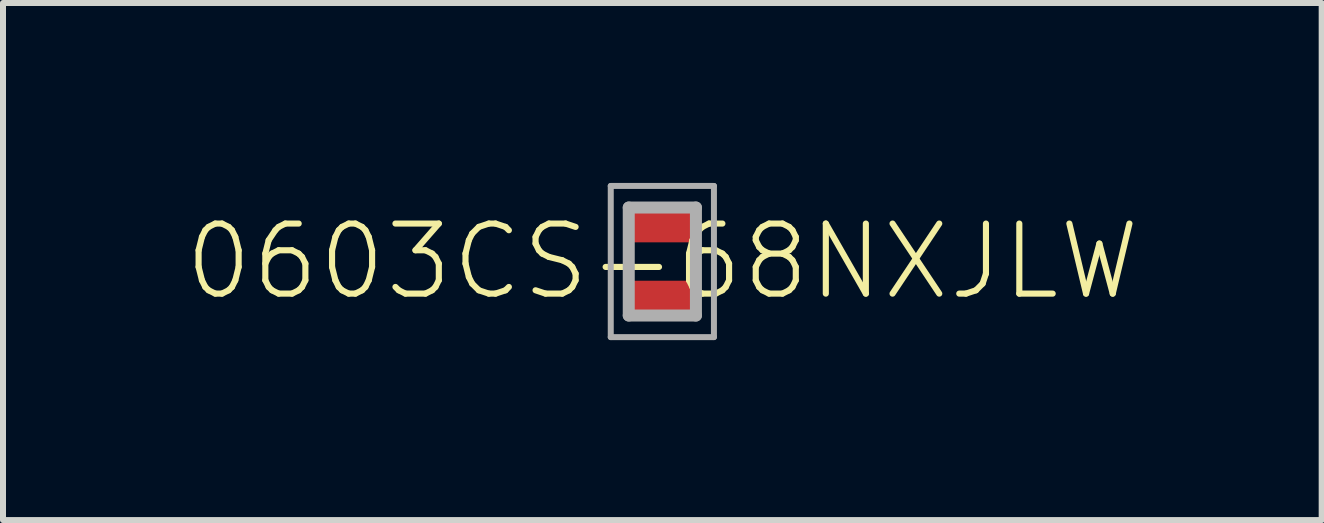
<source format=kicad_pcb>
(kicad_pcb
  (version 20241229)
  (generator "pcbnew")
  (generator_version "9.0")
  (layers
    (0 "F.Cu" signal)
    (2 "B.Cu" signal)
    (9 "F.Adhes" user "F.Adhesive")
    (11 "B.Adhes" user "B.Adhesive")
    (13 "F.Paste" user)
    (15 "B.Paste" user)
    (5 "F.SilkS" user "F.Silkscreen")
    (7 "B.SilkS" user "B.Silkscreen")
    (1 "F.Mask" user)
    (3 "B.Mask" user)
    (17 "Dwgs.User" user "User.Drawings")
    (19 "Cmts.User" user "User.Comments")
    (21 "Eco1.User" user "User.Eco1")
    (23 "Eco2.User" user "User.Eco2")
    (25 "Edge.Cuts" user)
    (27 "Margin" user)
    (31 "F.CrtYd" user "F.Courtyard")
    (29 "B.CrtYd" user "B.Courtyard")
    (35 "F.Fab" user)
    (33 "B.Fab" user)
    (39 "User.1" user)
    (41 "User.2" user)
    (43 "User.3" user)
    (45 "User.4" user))
  (footprint "0603CS-68NXJLW"
    (layer "F.Cu")
    (at 7.992 1.31)
    (property "Reference" "0603CS-68NXJLW" (at 0 0 0) (layer "F.SilkS") (effects (font (size 1.168 1.168) (thickness 0.102))))
    (fp_line (start -0.56 -0.2) (end -0.56 0.2) (stroke (width 0.1) (type solid)) (layer "F.SilkS"))
    (fp_line (start 0.56 -0.2) (end 0.56 0.2) (stroke (width 0.1) (type solid)) (layer "F.SilkS"))
    (fp_line (start -0.86 -1.26) (end 0.86 -1.26) (stroke (width 0.1) (type solid)) (layer "F.Fab"))
    (fp_line (start -0.86 1.26) (end -0.86 -1.26) (stroke (width 0.1) (type solid)) (layer "F.Fab"))
    (fp_line (start -0.56 -0.9) (end 0.56 -0.9) (stroke (width 0.2) (type solid)) (layer "F.Fab"))
    (fp_line (start -0.56 0.9) (end -0.56 -0.9) (stroke (width 0.2) (type solid)) (layer "F.Fab"))
    (fp_line (start 0.56 -0.9) (end 0.56 0.9) (stroke (width 0.2) (type solid)) (layer "F.Fab"))
    (fp_line (start 0.56 0.9) (end -0.56 0.9) (stroke (width 0.2) (type solid)) (layer "F.Fab"))
    (fp_line (start 0.86 -1.26) (end 0.86 1.26) (stroke (width 0.1) (type solid)) (layer "F.Fab"))
    (fp_line (start 0.86 1.26) (end -0.86 1.26) (stroke (width 0.1) (type solid)) (layer "F.Fab"))
    (pad "1" smd rect (at 0 -0.64) (size 1.02 0.64) (layers "F.Cu" "F.Mask" "F.Paste"))
    (pad "2" smd rect (at 0 0.64) (size 1.02 0.64) (layers "F.Cu" "F.Mask" "F.Paste")))
  (gr_rect
    (start -3 -3)
    (end 18.984 5.62)
    (stroke (width 0.1) (type default))
    (fill no)
    (layer "Edge.Cuts")))
</source>
